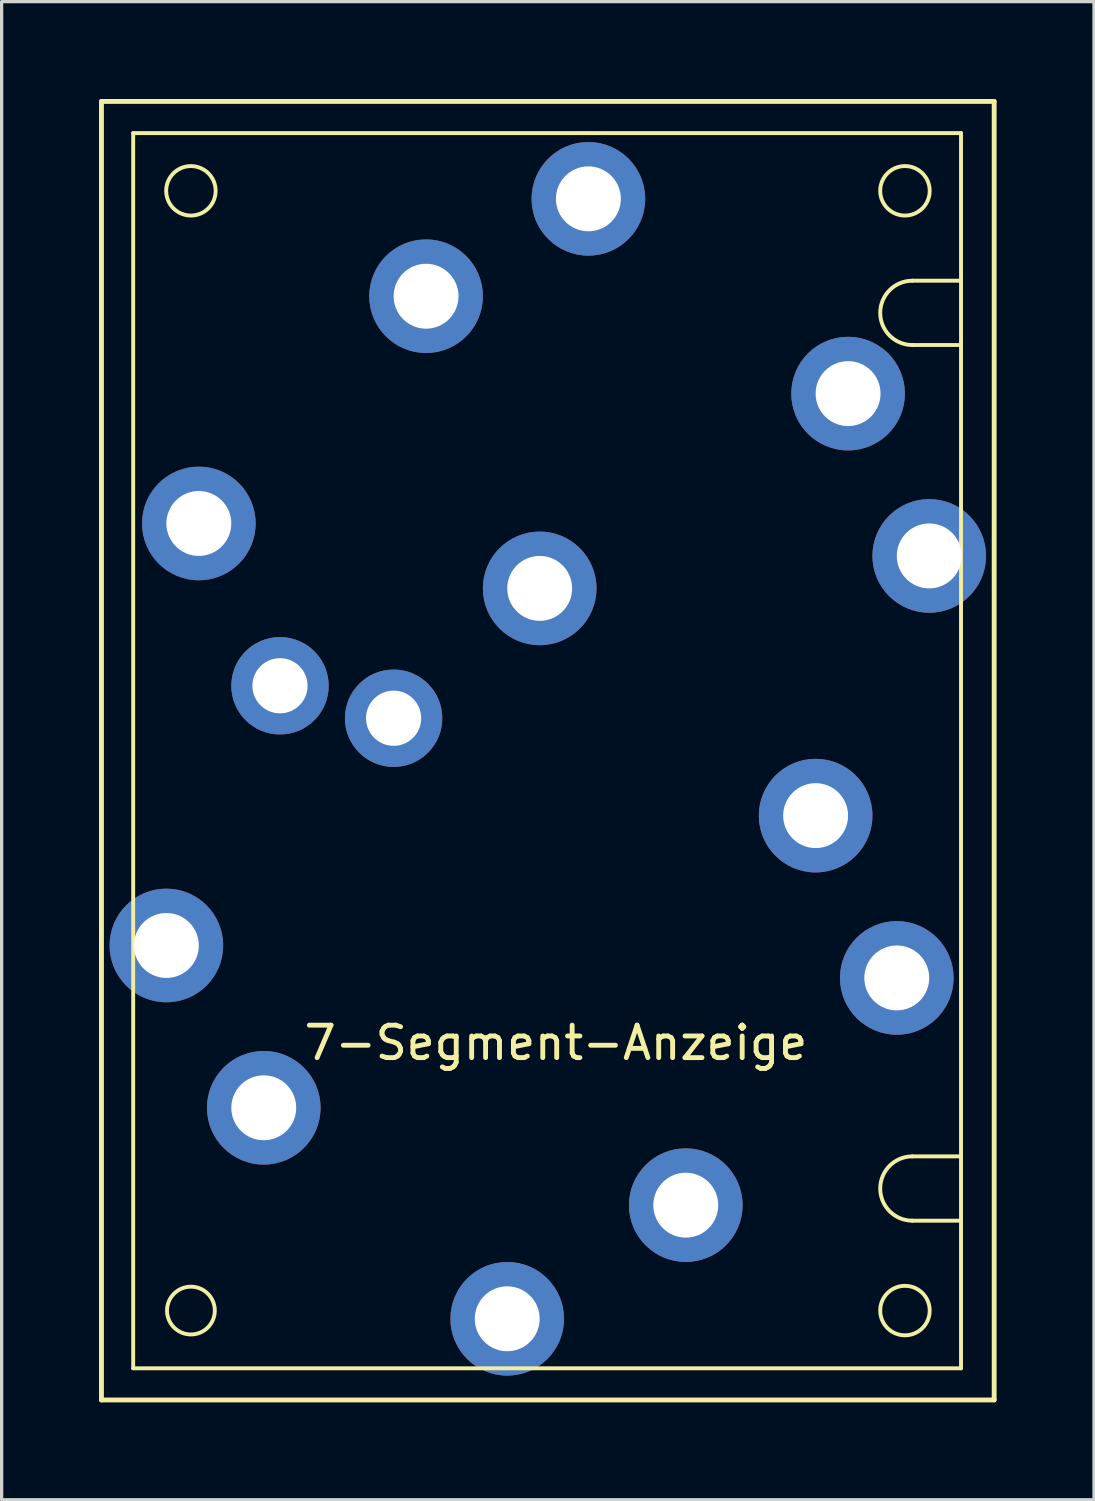
<source format=kicad_pcb>
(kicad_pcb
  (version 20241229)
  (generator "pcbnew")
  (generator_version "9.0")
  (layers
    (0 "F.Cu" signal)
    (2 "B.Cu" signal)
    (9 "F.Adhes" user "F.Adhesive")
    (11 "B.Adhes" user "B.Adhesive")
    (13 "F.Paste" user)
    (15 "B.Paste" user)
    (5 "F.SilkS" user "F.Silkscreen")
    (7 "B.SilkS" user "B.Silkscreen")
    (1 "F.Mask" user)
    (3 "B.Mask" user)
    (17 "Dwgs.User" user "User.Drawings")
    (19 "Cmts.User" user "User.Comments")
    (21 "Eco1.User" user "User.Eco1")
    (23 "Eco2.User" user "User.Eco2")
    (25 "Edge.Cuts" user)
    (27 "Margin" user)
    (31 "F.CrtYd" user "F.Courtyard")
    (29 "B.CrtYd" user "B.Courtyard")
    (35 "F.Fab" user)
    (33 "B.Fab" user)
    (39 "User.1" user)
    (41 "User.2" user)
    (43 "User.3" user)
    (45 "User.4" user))
  (footprint "7-Segment-Anzeige"
    (layer "F.Cu")
    (at 13.575 20.075)
    (property "Reference" "7-Segment-Anzeige" (at 0.5 9 0) (layer "F.SilkS") (effects (font (size 1 1) (thickness 0.15))))
    (attr through_hole)
    (fp_line (start -13.5 -20) (end 14 -20) (stroke (width 0.15) (type solid)) (layer "F.SilkS"))
    (fp_line (start -13.5 20) (end -13.5 -20) (stroke (width 0.15) (type solid)) (layer "F.SilkS"))
    (fp_line (start -12.522 -19.025) (end 12.979 -19.025) (stroke (width 0.12) (type solid)) (layer "F.SilkS"))
    (fp_line (start -12.522 19.025) (end -12.522 -19.025) (stroke (width 0.12) (type solid)) (layer "F.SilkS"))
    (fp_line (start 11.481 -14.478) (end 12.979 -14.478) (stroke (width 0.12) (type solid)) (layer "F.SilkS"))
    (fp_line (start 11.481 -12.497) (end 12.979 -12.497) (stroke (width 0.12) (type solid)) (layer "F.SilkS"))
    (fp_line (start 11.481 12.497) (end 12.979 12.497) (stroke (width 0.12) (type solid)) (layer "F.SilkS"))
    (fp_line (start 11.481 14.478) (end 12.979 14.478) (stroke (width 0.12) (type solid)) (layer "F.SilkS"))
    (fp_line (start 12.979 -19.025) (end 12.979 19.025) (stroke (width 0.12) (type solid)) (layer "F.SilkS"))
    (fp_line (start 12.979 19.025) (end -12.522 19.025) (stroke (width 0.12) (type solid)) (layer "F.SilkS"))
    (fp_line (start 14 -20) (end 14 20) (stroke (width 0.15) (type solid)) (layer "F.SilkS"))
    (fp_line (start 14 20) (end -13.5 20) (stroke (width 0.15) (type solid)) (layer "F.SilkS"))
    (fp_arc (start 11.4808 -12.4968) (mid 10.4902 -13.4874) (end 11.4808 -14.478) (stroke (width 0.12) (type solid)) (layer "F.SilkS"))
    (fp_arc (start 11.4808 14.478) (mid 10.4902 13.4874) (end 11.4808 12.4968) (stroke (width 0.12) (type solid)) (layer "F.SilkS"))
    (fp_circle (center -10.744 -17.247) (end -9.982 -17.247) (stroke (width 0.12) (type solid)) (fill no) (layer "F.SilkS"))
    (fp_circle (center -10.744 17.247) (end -10.008 17.247) (stroke (width 0.12) (type solid)) (fill no) (layer "F.SilkS"))
    (fp_circle (center 11.252 -17.247) (end 10.49 -17.247) (stroke (width 0.12) (type solid)) (fill no) (layer "F.SilkS"))
    (fp_circle (center 11.252 17.247) (end 10.49 17.247) (stroke (width 0.12) (type solid)) (fill no) (layer "F.SilkS"))
    (pad "1" thru_hole circle (at -3.5 -14) (size 3.5 3.5) (drill 2) (layers "*.Cu" "*.Mask"))
    (pad "2" thru_hole circle (at 1.5 -17) (size 3.5 3.5) (drill 2) (layers "*.Cu" "*.Mask"))
    (pad "3" thru_hole circle (at 12 -6) (size 3.5 3.5) (drill 2) (layers "*.Cu" "*.Mask"))
    (pad "4" thru_hole circle (at 9.5 -11) (size 3.5 3.5) (drill 2) (layers "*.Cu" "*.Mask"))
    (pad "5" thru_hole circle (at 11 7) (size 3.5 3.5) (drill 2) (layers "*.Cu" "*.Mask"))
    (pad "6" thru_hole circle (at 8.5 2) (size 3.5 3.5) (drill 2) (layers "*.Cu" "*.Mask"))
    (pad "7" thru_hole circle (at 4.5 14) (size 3.5 3.5) (drill 2) (layers "*.Cu" "*.Mask"))
    (pad "8" thru_hole circle (at -1 17.5) (size 3.5 3.5) (drill 2) (layers "*.Cu" "*.Mask"))
    (pad "9" thru_hole circle (at -11.5 6) (size 3.5 3.5) (drill 2) (layers "*.Cu" "*.Mask"))
    (pad "10" thru_hole circle (at -8.5 11) (size 3.5 3.5) (drill 2) (layers "*.Cu" "*.Mask"))
    (pad "11" thru_hole circle (at -10.5 -7) (size 3.5 3.5) (drill 2) (layers "*.Cu" "*.Mask"))
    (pad "12" thru_hole circle (at -8 -2) (size 3 3) (drill 1.7) (layers "*.Cu" "*.Mask"))
    (pad "13" thru_hole circle (at -4.5 -1) (size 3 3) (drill 1.7) (layers "*.Cu" "*.Mask"))
    (pad "14" thru_hole circle (at 0 -5) (size 3.5 3.5) (drill 2) (layers "*.Cu" "*.Mask")))
  (gr_rect
    (start -3 -3)
    (end 30.65 43.15)
    (stroke (width 0.1) (type default))
    (fill no)
    (layer "Edge.Cuts")))
</source>
